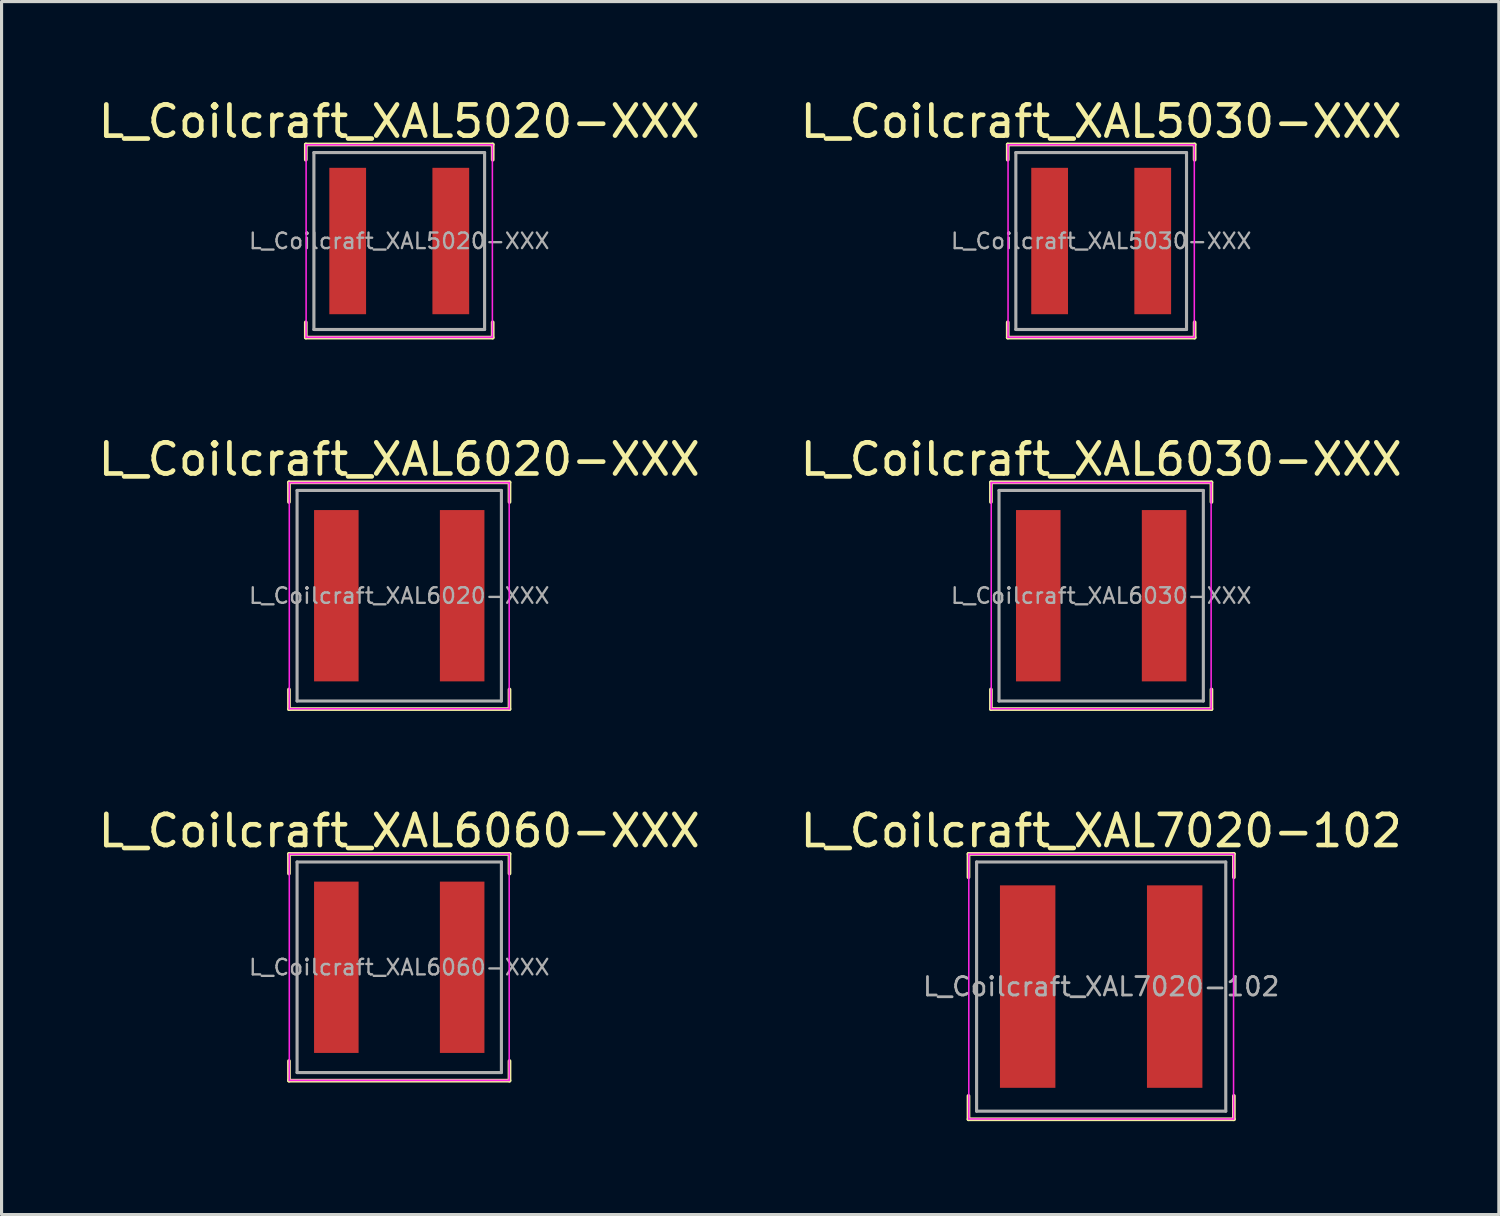
<source format=kicad_pcb>
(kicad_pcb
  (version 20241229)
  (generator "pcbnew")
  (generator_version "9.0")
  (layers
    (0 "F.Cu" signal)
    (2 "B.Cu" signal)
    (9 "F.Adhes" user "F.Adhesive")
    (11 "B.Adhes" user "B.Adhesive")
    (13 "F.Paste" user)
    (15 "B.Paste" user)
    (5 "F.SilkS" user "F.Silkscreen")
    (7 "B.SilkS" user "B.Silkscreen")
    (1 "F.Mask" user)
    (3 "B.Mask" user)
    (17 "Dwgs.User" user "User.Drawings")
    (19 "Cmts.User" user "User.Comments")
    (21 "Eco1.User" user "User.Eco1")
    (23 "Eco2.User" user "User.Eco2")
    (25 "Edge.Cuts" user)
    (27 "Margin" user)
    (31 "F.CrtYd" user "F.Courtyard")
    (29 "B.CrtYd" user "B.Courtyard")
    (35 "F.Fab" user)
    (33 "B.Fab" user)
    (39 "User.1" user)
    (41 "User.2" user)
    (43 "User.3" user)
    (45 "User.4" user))
  (footprint "L_Coilcraft_XAL5020-XXX"
    (layer "F.Cu")
    (at 9.768 4.688)
    (property "Reference" "L_Coilcraft_XAL5020-XXX" (at 0 -3.84 0) (layer "F.SilkS") (effects (font (size 1 1) (thickness 0.15))))
    (attr smd)
    (fp_line (start -3 -3.1) (end -3 -2.61) (stroke (width 0.12) (type solid)) (layer "F.SilkS"))
    (fp_line (start -3 -3.1) (end 3 -3.1) (stroke (width 0.12) (type solid)) (layer "F.SilkS"))
    (fp_line (start -3 3.1) (end -3 2.61) (stroke (width 0.12) (type solid)) (layer "F.SilkS"))
    (fp_line (start -3 3.1) (end 3 3.1) (stroke (width 0.12) (type solid)) (layer "F.SilkS"))
    (fp_line (start 3 -3.1) (end 3 -2.61) (stroke (width 0.12) (type solid)) (layer "F.SilkS"))
    (fp_line (start 3 3.1) (end 3 2.61) (stroke (width 0.12) (type solid)) (layer "F.SilkS"))
    (fp_line (start -2.99 -3.09) (end -2.99 3.09) (stroke (width 0.05) (type solid)) (layer "F.CrtYd"))
    (fp_line (start -2.99 3.09) (end 2.99 3.09) (stroke (width 0.05) (type solid)) (layer "F.CrtYd"))
    (fp_line (start 2.99 -3.09) (end -2.99 -3.09) (stroke (width 0.05) (type solid)) (layer "F.CrtYd"))
    (fp_line (start 2.99 3.09) (end 2.99 -3.09) (stroke (width 0.05) (type solid)) (layer "F.CrtYd"))
    (fp_line (start -2.74 -2.84) (end -2.74 2.84) (stroke (width 0.1) (type solid)) (layer "F.Fab"))
    (fp_line (start -2.74 2.84) (end 2.74 2.84) (stroke (width 0.1) (type solid)) (layer "F.Fab"))
    (fp_line (start 2.74 -2.84) (end -2.74 -2.84) (stroke (width 0.1) (type solid)) (layer "F.Fab"))
    (fp_line (start 2.74 2.84) (end 2.74 -2.84) (stroke (width 0.1) (type solid)) (layer "F.Fab"))
    (fp_text user "${REFERENCE}" (at 0 0 0) (layer "F.Fab") (effects (font (size 0.5 0.5) (thickness 0.075))))
    (pad "1" smd rect (at -1.655 0) (size 1.18 4.7) (layers "F.Cu" "F.Mask" "F.Paste"))
    (pad "2" smd rect (at 1.655 0) (size 1.18 4.7) (layers "F.Cu" "F.Mask" "F.Paste")))
  (footprint "L_Coilcraft_XAL5030-XXX"
    (layer "F.Cu")
    (at 32.304 4.688)
    (property "Reference" "L_Coilcraft_XAL5030-XXX" (at 0 -3.84 0) (layer "F.SilkS") (effects (font (size 1 1) (thickness 0.15))))
    (attr smd)
    (fp_line (start -3 -3.1) (end -3 -2.61) (stroke (width 0.12) (type solid)) (layer "F.SilkS"))
    (fp_line (start -3 -3.1) (end 3 -3.1) (stroke (width 0.12) (type solid)) (layer "F.SilkS"))
    (fp_line (start -3 3.1) (end -3 2.61) (stroke (width 0.12) (type solid)) (layer "F.SilkS"))
    (fp_line (start -3 3.1) (end 3 3.1) (stroke (width 0.12) (type solid)) (layer "F.SilkS"))
    (fp_line (start 3 -3.1) (end 3 -2.61) (stroke (width 0.12) (type solid)) (layer "F.SilkS"))
    (fp_line (start 3 3.1) (end 3 2.61) (stroke (width 0.12) (type solid)) (layer "F.SilkS"))
    (fp_line (start -2.99 -3.09) (end -2.99 3.09) (stroke (width 0.05) (type solid)) (layer "F.CrtYd"))
    (fp_line (start -2.99 3.09) (end 2.99 3.09) (stroke (width 0.05) (type solid)) (layer "F.CrtYd"))
    (fp_line (start 2.99 -3.09) (end -2.99 -3.09) (stroke (width 0.05) (type solid)) (layer "F.CrtYd"))
    (fp_line (start 2.99 3.09) (end 2.99 -3.09) (stroke (width 0.05) (type solid)) (layer "F.CrtYd"))
    (fp_line (start -2.74 -2.84) (end -2.74 2.84) (stroke (width 0.1) (type solid)) (layer "F.Fab"))
    (fp_line (start -2.74 2.84) (end 2.74 2.84) (stroke (width 0.1) (type solid)) (layer "F.Fab"))
    (fp_line (start 2.74 -2.84) (end -2.74 -2.84) (stroke (width 0.1) (type solid)) (layer "F.Fab"))
    (fp_line (start 2.74 2.84) (end 2.74 -2.84) (stroke (width 0.1) (type solid)) (layer "F.Fab"))
    (fp_text user "${REFERENCE}" (at 0 0 0) (layer "F.Fab") (effects (font (size 0.5 0.5) (thickness 0.075))))
    (pad "1" smd rect (at -1.655 0) (size 1.18 4.7) (layers "F.Cu" "F.Mask" "F.Paste"))
    (pad "2" smd rect (at 1.655 0) (size 1.18 4.7) (layers "F.Cu" "F.Mask" "F.Paste")))
  (footprint "L_Coilcraft_XAL6060-XXX"
    (layer "F.Cu")
    (at 9.768 28.005)
    (property "Reference" "L_Coilcraft_XAL6060-XXX" (at 0 -4.38 0) (layer "F.SilkS") (effects (font (size 1 1) (thickness 0.15))))
    (attr smd)
    (fp_line (start -3.54 -3.64) (end -3.54 -3.01) (stroke (width 0.12) (type solid)) (layer "F.SilkS"))
    (fp_line (start -3.54 -3.64) (end 3.54 -3.64) (stroke (width 0.12) (type solid)) (layer "F.SilkS"))
    (fp_line (start -3.54 3.64) (end -3.54 3.01) (stroke (width 0.12) (type solid)) (layer "F.SilkS"))
    (fp_line (start -3.54 3.64) (end 3.54 3.64) (stroke (width 0.12) (type solid)) (layer "F.SilkS"))
    (fp_line (start 3.54 -3.64) (end 3.54 -3.01) (stroke (width 0.12) (type solid)) (layer "F.SilkS"))
    (fp_line (start 3.54 3.64) (end 3.54 3.01) (stroke (width 0.12) (type solid)) (layer "F.SilkS"))
    (fp_line (start -3.53 -3.63) (end -3.53 3.63) (stroke (width 0.05) (type solid)) (layer "F.CrtYd"))
    (fp_line (start -3.53 3.63) (end 3.53 3.63) (stroke (width 0.05) (type solid)) (layer "F.CrtYd"))
    (fp_line (start 3.53 -3.63) (end -3.53 -3.63) (stroke (width 0.05) (type solid)) (layer "F.CrtYd"))
    (fp_line (start 3.53 3.63) (end 3.53 -3.63) (stroke (width 0.05) (type solid)) (layer "F.CrtYd"))
    (fp_line (start -3.28 -3.38) (end -3.28 3.38) (stroke (width 0.1) (type solid)) (layer "F.Fab"))
    (fp_line (start -3.28 3.38) (end 3.28 3.38) (stroke (width 0.1) (type solid)) (layer "F.Fab"))
    (fp_line (start 3.28 -3.38) (end -3.28 -3.38) (stroke (width 0.1) (type solid)) (layer "F.Fab"))
    (fp_line (start 3.28 3.38) (end 3.28 -3.38) (stroke (width 0.1) (type solid)) (layer "F.Fab"))
    (fp_text user "${REFERENCE}" (at 0 0 0) (layer "F.Fab") (effects (font (size 0.5 0.5) (thickness 0.075))))
    (pad "1" smd rect (at -2.02 0) (size 1.43 5.5) (layers "F.Cu" "F.Mask" "F.Paste"))
    (pad "2" smd rect (at 2.02 0) (size 1.43 5.5) (layers "F.Cu" "F.Mask" "F.Paste")))
  (footprint "L_Coilcraft_XAL6030-XXX"
    (layer "F.Cu")
    (at 32.304 16.076)
    (property "Reference" "L_Coilcraft_XAL6030-XXX" (at 0 -4.38 0) (layer "F.SilkS") (effects (font (size 1 1) (thickness 0.15))))
    (attr smd)
    (fp_line (start -3.54 -3.64) (end -3.54 -3.01) (stroke (width 0.12) (type solid)) (layer "F.SilkS"))
    (fp_line (start -3.54 -3.64) (end 3.54 -3.64) (stroke (width 0.12) (type solid)) (layer "F.SilkS"))
    (fp_line (start -3.54 3.64) (end -3.54 3.01) (stroke (width 0.12) (type solid)) (layer "F.SilkS"))
    (fp_line (start -3.54 3.64) (end 3.54 3.64) (stroke (width 0.12) (type solid)) (layer "F.SilkS"))
    (fp_line (start 3.54 -3.64) (end 3.54 -3.01) (stroke (width 0.12) (type solid)) (layer "F.SilkS"))
    (fp_line (start 3.54 3.64) (end 3.54 3.01) (stroke (width 0.12) (type solid)) (layer "F.SilkS"))
    (fp_line (start -3.53 -3.63) (end -3.53 3.63) (stroke (width 0.05) (type solid)) (layer "F.CrtYd"))
    (fp_line (start -3.53 3.63) (end 3.53 3.63) (stroke (width 0.05) (type solid)) (layer "F.CrtYd"))
    (fp_line (start 3.53 -3.63) (end -3.53 -3.63) (stroke (width 0.05) (type solid)) (layer "F.CrtYd"))
    (fp_line (start 3.53 3.63) (end 3.53 -3.63) (stroke (width 0.05) (type solid)) (layer "F.CrtYd"))
    (fp_line (start -3.28 -3.38) (end -3.28 3.38) (stroke (width 0.1) (type solid)) (layer "F.Fab"))
    (fp_line (start -3.28 3.38) (end 3.28 3.38) (stroke (width 0.1) (type solid)) (layer "F.Fab"))
    (fp_line (start 3.28 -3.38) (end -3.28 -3.38) (stroke (width 0.1) (type solid)) (layer "F.Fab"))
    (fp_line (start 3.28 3.38) (end 3.28 -3.38) (stroke (width 0.1) (type solid)) (layer "F.Fab"))
    (fp_text user "${REFERENCE}" (at 0 0 0) (layer "F.Fab") (effects (font (size 0.5 0.5) (thickness 0.075))))
    (pad "1" smd rect (at -2.02 0) (size 1.43 5.5) (layers "F.Cu" "F.Mask" "F.Paste"))
    (pad "2" smd rect (at 2.02 0) (size 1.43 5.5) (layers "F.Cu" "F.Mask" "F.Paste")))
  (footprint "L_Coilcraft_XAL6020-XXX"
    (layer "F.Cu")
    (at 9.768 16.076)
    (property "Reference" "L_Coilcraft_XAL6020-XXX" (at 0 -4.38 0) (layer "F.SilkS") (effects (font (size 1 1) (thickness 0.15))))
    (attr smd)
    (fp_line (start -3.54 -3.64) (end -3.54 -3.01) (stroke (width 0.12) (type solid)) (layer "F.SilkS"))
    (fp_line (start -3.54 -3.64) (end 3.54 -3.64) (stroke (width 0.12) (type solid)) (layer "F.SilkS"))
    (fp_line (start -3.54 3.64) (end -3.54 3.01) (stroke (width 0.12) (type solid)) (layer "F.SilkS"))
    (fp_line (start -3.54 3.64) (end 3.54 3.64) (stroke (width 0.12) (type solid)) (layer "F.SilkS"))
    (fp_line (start 3.54 -3.64) (end 3.54 -3.01) (stroke (width 0.12) (type solid)) (layer "F.SilkS"))
    (fp_line (start 3.54 3.64) (end 3.54 3.01) (stroke (width 0.12) (type solid)) (layer "F.SilkS"))
    (fp_line (start -3.53 -3.63) (end -3.53 3.63) (stroke (width 0.05) (type solid)) (layer "F.CrtYd"))
    (fp_line (start -3.53 3.63) (end 3.53 3.63) (stroke (width 0.05) (type solid)) (layer "F.CrtYd"))
    (fp_line (start 3.53 -3.63) (end -3.53 -3.63) (stroke (width 0.05) (type solid)) (layer "F.CrtYd"))
    (fp_line (start 3.53 3.63) (end 3.53 -3.63) (stroke (width 0.05) (type solid)) (layer "F.CrtYd"))
    (fp_line (start -3.28 -3.38) (end -3.28 3.38) (stroke (width 0.1) (type solid)) (layer "F.Fab"))
    (fp_line (start -3.28 3.38) (end 3.28 3.38) (stroke (width 0.1) (type solid)) (layer "F.Fab"))
    (fp_line (start 3.28 -3.38) (end -3.28 -3.38) (stroke (width 0.1) (type solid)) (layer "F.Fab"))
    (fp_line (start 3.28 3.38) (end 3.28 -3.38) (stroke (width 0.1) (type solid)) (layer "F.Fab"))
    (fp_text user "${REFERENCE}" (at 0 0 0) (layer "F.Fab") (effects (font (size 0.5 0.5) (thickness 0.075))))
    (pad "1" smd rect (at -2.02 0) (size 1.43 5.5) (layers "F.Cu" "F.Mask" "F.Paste"))
    (pad "2" smd rect (at 2.02 0) (size 1.43 5.5) (layers "F.Cu" "F.Mask" "F.Paste")))
  (footprint "L_Coilcraft_XAL7020-102"
    (layer "F.Cu")
    (at 32.304 28.625)
    (property "Reference" "L_Coilcraft_XAL7020-102" (at 0 -5 0) (layer "F.SilkS") (effects (font (size 1 1) (thickness 0.15))))
    (attr smd)
    (fp_line (start -4.26 -4.26) (end -4.26 -3.51) (stroke (width 0.12) (type solid)) (layer "F.SilkS"))
    (fp_line (start -4.26 -4.26) (end 4.26 -4.26) (stroke (width 0.12) (type solid)) (layer "F.SilkS"))
    (fp_line (start -4.26 4.26) (end -4.26 3.51) (stroke (width 0.12) (type solid)) (layer "F.SilkS"))
    (fp_line (start -4.26 4.26) (end 4.26 4.26) (stroke (width 0.12) (type solid)) (layer "F.SilkS"))
    (fp_line (start 4.26 -4.26) (end 4.26 -3.51) (stroke (width 0.12) (type solid)) (layer "F.SilkS"))
    (fp_line (start 4.26 4.26) (end 4.26 3.51) (stroke (width 0.12) (type solid)) (layer "F.SilkS"))
    (fp_line (start -4.25 -4.25) (end -4.25 4.25) (stroke (width 0.05) (type solid)) (layer "F.CrtYd"))
    (fp_line (start -4.25 4.25) (end 4.25 4.25) (stroke (width 0.05) (type solid)) (layer "F.CrtYd"))
    (fp_line (start 4.25 -4.25) (end -4.25 -4.25) (stroke (width 0.05) (type solid)) (layer "F.CrtYd"))
    (fp_line (start 4.25 4.25) (end 4.25 -4.25) (stroke (width 0.05) (type solid)) (layer "F.CrtYd"))
    (fp_line (start -4 -4) (end -4 4) (stroke (width 0.1) (type solid)) (layer "F.Fab"))
    (fp_line (start -4 4) (end 4 4) (stroke (width 0.1) (type solid)) (layer "F.Fab"))
    (fp_line (start 4 -4) (end -4 -4) (stroke (width 0.1) (type solid)) (layer "F.Fab"))
    (fp_line (start 4 4) (end 4 -4) (stroke (width 0.1) (type solid)) (layer "F.Fab"))
    (fp_text user "${REFERENCE}" (at 0 0 0) (layer "F.Fab") (effects (font (size 0.593 0.593) (thickness 0.089))))
    (pad "1" smd rect (at -2.36 0) (size 1.78 6.5) (layers "F.Cu" "F.Mask" "F.Paste"))
    (pad "2" smd rect (at 2.36 0) (size 1.78 6.5) (layers "F.Cu" "F.Mask" "F.Paste")))
  (gr_rect
    (start -3 -3)
    (end 45.071 35.945)
    (stroke (width 0.1) (type default))
    (fill no)
    (layer "Edge.Cuts")))
</source>
